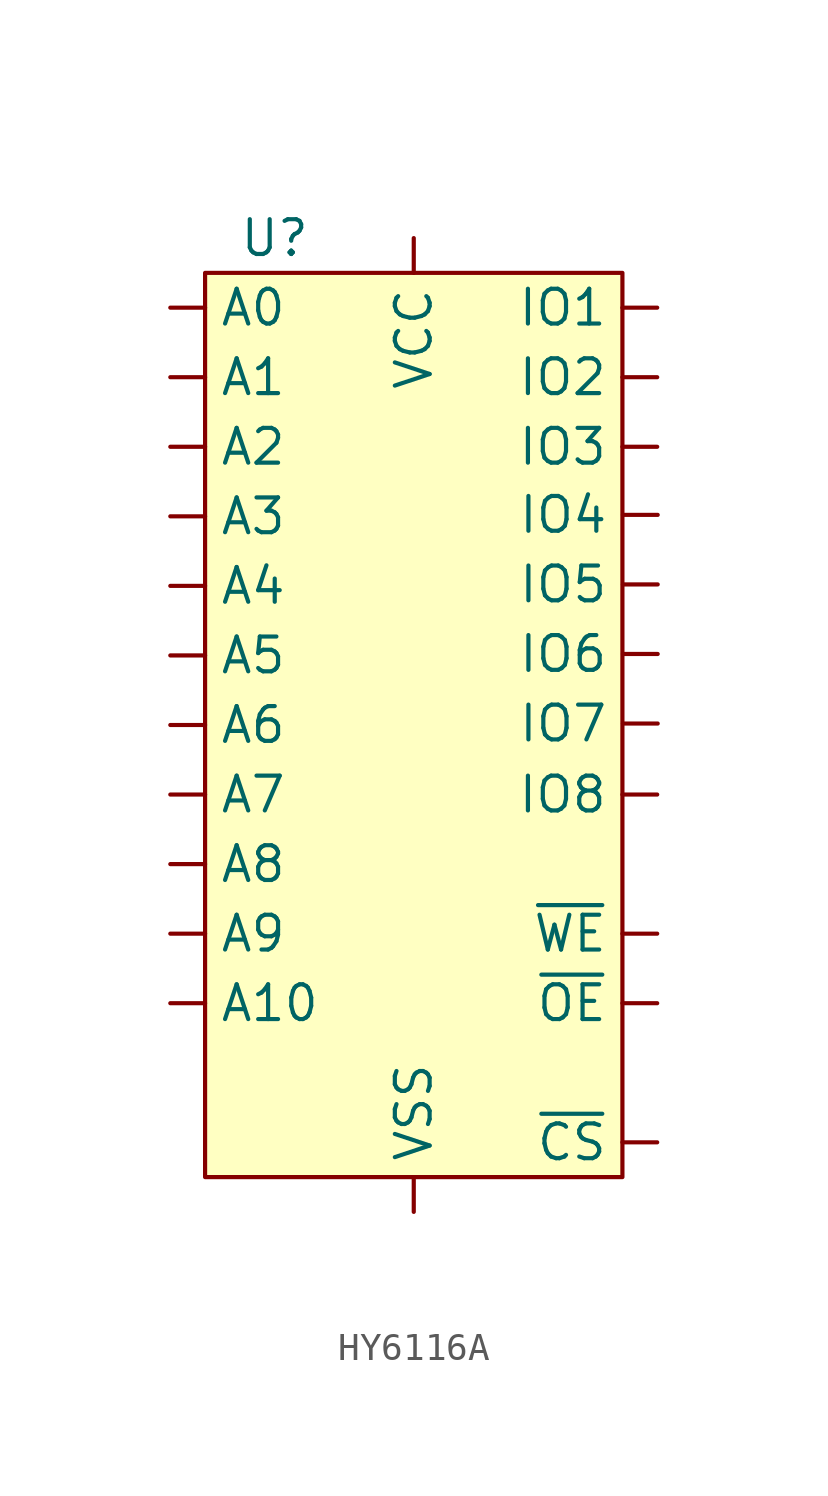
<source format=kicad_sym>
(kicad_symbol_lib
  (version 20231120)
  (generator "kicad_symbol_editor")
  (generator_version "8.0")
  (symbol "HY6116A"
    (pin_numbers hide)
    (property "Reference" "U"
      (at -5.08 0 0)
      (effects (font (size 1.27 1.27))))
    (property "Value" ""
      (at 0 0 0)
      (effects (font (size 1.27 1.27))))
    (symbol "HY6116A_1_1"
      (rectangle (start -7.62 -1.27) (end 7.62 -34.29) (stroke (width 0) (type default)) (fill (type background)))
      (pin bidirectional line (at -8.89 -20.32 0) (length 1.27) (name "A7" (effects (font (size 1.27 1.27)))) (number "1" (effects (font (size 1.27 1.27)))))
      (pin bidirectional line (at 8.89 -5.08 180) (length 1.27) (name "IO2" (effects (font (size 1.27 1.27)))) (number "10" (effects (font (size 1.27 1.27)))))
      (pin bidirectional line (at 8.89 -7.62 180) (length 1.27) (name "IO3" (effects (font (size 1.27 1.27)))) (number "11" (effects (font (size 1.27 1.27)))))
      (pin power_in line (at 0 -35.56 90) (length 1.27) (name "VSS" (effects (font (size 1.27 1.27)))) (number "12" (effects (font (size 1.27 1.27)))))
      (pin bidirectional line (at 8.908 -10.107 180) (length 1.27) (name "IO4" (effects (font (size 1.27 1.27)))) (number "13" (effects (font (size 1.27 1.27)))))
      (pin bidirectional line (at 8.908 -12.647 180) (length 1.27) (name "IO5" (effects (font (size 1.27 1.27)))) (number "14" (effects (font (size 1.27 1.27)))))
      (pin bidirectional line (at 8.908 -15.187 180) (length 1.27) (name "IO6" (effects (font (size 1.27 1.27)))) (number "15" (effects (font (size 1.27 1.27)))))
      (pin bidirectional line (at 8.908 -17.727 180) (length 1.27) (name "IO7" (effects (font (size 1.27 1.27)))) (number "16" (effects (font (size 1.27 1.27)))))
      (pin bidirectional line (at 8.89 -20.32 180) (length 1.27) (name "IO8" (effects (font (size 1.27 1.27)))) (number "17" (effects (font (size 1.27 1.27)))))
      (pin bidirectional line (at 8.89 -33.02 180) (length 1.27) (name "~{CS}" (effects (font (size 1.27 1.27)))) (number "18" (effects (font (size 1.27 1.27)))))
      (pin bidirectional line (at -8.89 -27.94 0) (length 1.27) (name "A10" (effects (font (size 1.27 1.27)))) (number "19" (effects (font (size 1.27 1.27)))))
      (pin bidirectional line (at -8.89 -17.78 0) (length 1.27) (name "A6" (effects (font (size 1.27 1.27)))) (number "2" (effects (font (size 1.27 1.27)))))
      (pin bidirectional line (at 8.89 -27.94 180) (length 1.27) (name "~{OE}" (effects (font (size 1.27 1.27)))) (number "20" (effects (font (size 1.27 1.27)))))
      (pin bidirectional line (at 8.89 -25.4 180) (length 1.27) (name "~{WE}" (effects (font (size 1.27 1.27)))) (number "21" (effects (font (size 1.27 1.27)))))
      (pin bidirectional line (at -8.89 -25.4 0) (length 1.27) (name "A9" (effects (font (size 1.27 1.27)))) (number "22" (effects (font (size 1.27 1.27)))))
      (pin bidirectional line (at -8.89 -22.86 0) (length 1.27) (name "A8" (effects (font (size 1.27 1.27)))) (number "23" (effects (font (size 1.27 1.27)))))
      (pin power_in line (at 0 0 270) (length 1.27) (name "VCC" (effects (font (size 1.27 1.27)))) (number "24" (effects (font (size 1.27 1.27)))))
      (pin bidirectional line (at -8.89 -15.24 0) (length 1.27) (name "A5" (effects (font (size 1.27 1.27)))) (number "3" (effects (font (size 1.27 1.27)))))
      (pin bidirectional line (at -8.89 -12.7 0) (length 1.27) (name "A4" (effects (font (size 1.27 1.27)))) (number "4" (effects (font (size 1.27 1.27)))))
      (pin bidirectional line (at -8.89 -10.16 0) (length 1.27) (name "A3" (effects (font (size 1.27 1.27)))) (number "5" (effects (font (size 1.27 1.27)))))
      (pin bidirectional line (at -8.89 -7.62 0) (length 1.27) (name "A2" (effects (font (size 1.27 1.27)))) (number "6" (effects (font (size 1.27 1.27)))))
      (pin bidirectional line (at -8.89 -5.08 0) (length 1.27) (name "A1" (effects (font (size 1.27 1.27)))) (number "7" (effects (font (size 1.27 1.27)))))
      (pin bidirectional line (at -8.89 -2.54 0) (length 1.27) (name "A0" (effects (font (size 1.27 1.27)))) (number "8" (effects (font (size 1.27 1.27)))))
      (pin bidirectional line (at 8.89 -2.54 180) (length 1.27) (name "IO1" (effects (font (size 1.27 1.27)))) (number "9" (effects (font (size 1.27 1.27))))))))
</source>
